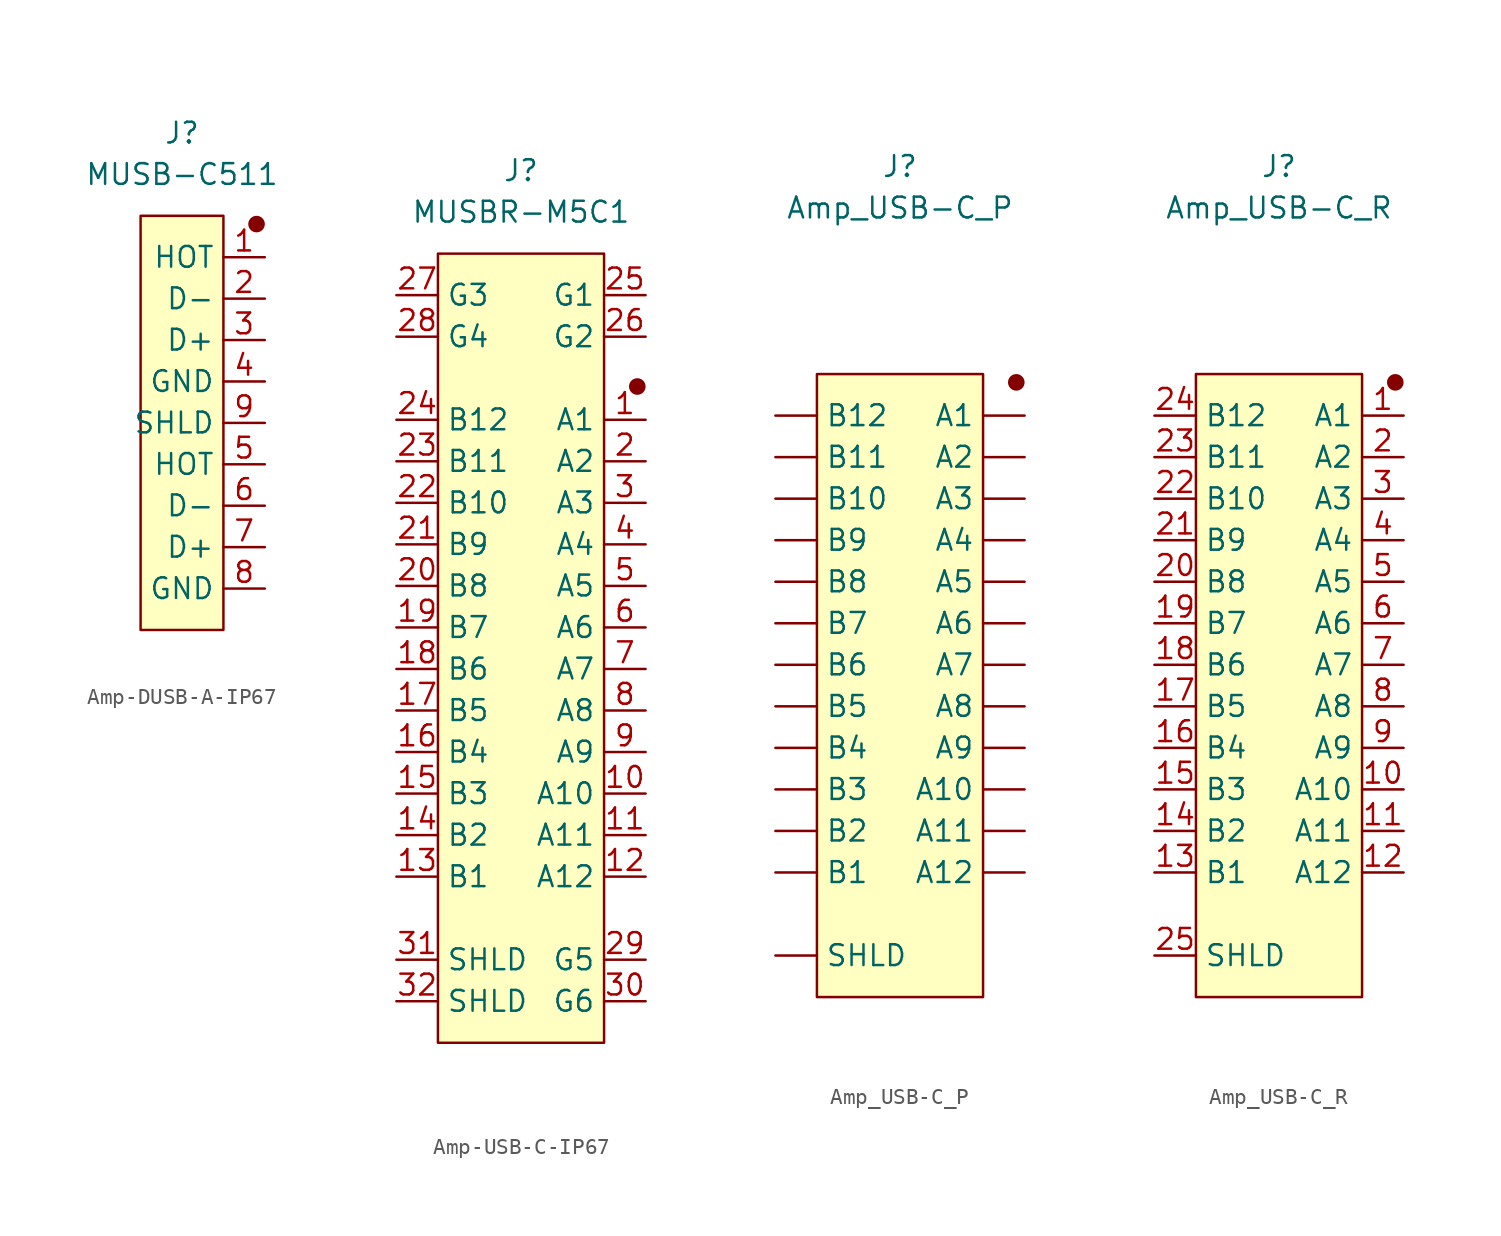
<source format=kicad_sym>
(kicad_symbol_lib
  (version 20220914)
  (generator kicad_symbol_editor)
  (symbol "Amp-DUSB-A-IP67"
    (property "Reference" "J"
      (at 0 7.62 0)
      (effects (font (size 1.27 1.27))))
    (property "Value" "MUSB-C511"
      (at 0 5.08 0)
      (effects (font (size 1.27 1.27))))
    (symbol "Amp-DUSB-A-IP67_1_1"
      (rectangle (start -2.54 2.54) (end 2.54 -22.86) (stroke (width 0) (type default)) (fill (type background)))
      (circle (center 4.572 2.032) (radius 0.254) (stroke (width 0.508) (type default)) (fill (type none)))
      (pin passive line (at 5.08 0 180) (length 2.54) (name "HOT" (effects (font (size 1.27 1.27)))) (number "1" (effects (font (size 1.27 1.27)))))
      (pin passive line (at 5.08 -2.54 180) (length 2.54) (name "D-" (effects (font (size 1.27 1.27)))) (number "2" (effects (font (size 1.27 1.27)))))
      (pin passive line (at 5.08 -5.08 180) (length 2.54) (name "D+" (effects (font (size 1.27 1.27)))) (number "3" (effects (font (size 1.27 1.27)))))
      (pin passive line (at 5.08 -7.62 180) (length 2.54) (name "GND" (effects (font (size 1.27 1.27)))) (number "4" (effects (font (size 1.27 1.27)))))
      (pin passive line (at 5.08 -12.7 180) (length 2.54) (name "HOT" (effects (font (size 1.27 1.27)))) (number "5" (effects (font (size 1.27 1.27)))))
      (pin passive line (at 5.08 -15.24 180) (length 2.54) (name "D-" (effects (font (size 1.27 1.27)))) (number "6" (effects (font (size 1.27 1.27)))))
      (pin passive line (at 5.08 -17.78 180) (length 2.54) (name "D+" (effects (font (size 1.27 1.27)))) (number "7" (effects (font (size 1.27 1.27)))))
      (pin passive line (at 5.08 -20.32 180) (length 2.54) (name "GND" (effects (font (size 1.27 1.27)))) (number "8" (effects (font (size 1.27 1.27)))))
      (pin passive line (at 5.08 -10.16 180) (length 2.54) (name "SHLD" (effects (font (size 1.27 1.27)))) (number "9" (effects (font (size 1.27 1.27)))))))
  (symbol "Amp-USB-C-IP67"
    (property "Reference" "J"
      (at 0 7.62 0)
      (effects (font (size 1.27 1.27))))
    (property "Value" "MUSBR-M5C1"
      (at 0 5.08 0)
      (effects (font (size 1.27 1.27))))
    (symbol "Amp-USB-C-IP67_1_1"
      (rectangle (start -5.08 2.54) (end 5.08 -45.72) (stroke (width 0) (type default)) (fill (type background)))
      (circle (center 7.112 -5.588) (radius 0.254) (stroke (width 0.508) (type default)) (fill (type none)))
      (pin passive line (at 7.62 -7.62 180) (length 2.54) (name "A1" (effects (font (size 1.27 1.27)))) (number "1" (effects (font (size 1.27 1.27)))))
      (pin passive line (at 7.62 -30.48 180) (length 2.54) (name "A10" (effects (font (size 1.27 1.27)))) (number "10" (effects (font (size 1.27 1.27)))))
      (pin passive line (at 7.62 -33.02 180) (length 2.54) (name "A11" (effects (font (size 1.27 1.27)))) (number "11" (effects (font (size 1.27 1.27)))))
      (pin passive line (at 7.62 -35.56 180) (length 2.54) (name "A12" (effects (font (size 1.27 1.27)))) (number "12" (effects (font (size 1.27 1.27)))))
      (pin passive line (at -7.62 -35.56 0) (length 2.54) (name "B1" (effects (font (size 1.27 1.27)))) (number "13" (effects (font (size 1.27 1.27)))))
      (pin passive line (at -7.62 -33.02 0) (length 2.54) (name "B2" (effects (font (size 1.27 1.27)))) (number "14" (effects (font (size 1.27 1.27)))))
      (pin passive line (at -7.62 -30.48 0) (length 2.54) (name "B3" (effects (font (size 1.27 1.27)))) (number "15" (effects (font (size 1.27 1.27)))))
      (pin passive line (at -7.62 -27.94 0) (length 2.54) (name "B4" (effects (font (size 1.27 1.27)))) (number "16" (effects (font (size 1.27 1.27)))))
      (pin passive line (at -7.62 -25.4 0) (length 2.54) (name "B5" (effects (font (size 1.27 1.27)))) (number "17" (effects (font (size 1.27 1.27)))))
      (pin passive line (at -7.62 -22.86 0) (length 2.54) (name "B6" (effects (font (size 1.27 1.27)))) (number "18" (effects (font (size 1.27 1.27)))))
      (pin passive line (at -7.62 -20.32 0) (length 2.54) (name "B7" (effects (font (size 1.27 1.27)))) (number "19" (effects (font (size 1.27 1.27)))))
      (pin passive line (at 7.62 -10.16 180) (length 2.54) (name "A2" (effects (font (size 1.27 1.27)))) (number "2" (effects (font (size 1.27 1.27)))))
      (pin passive line (at -7.62 -17.78 0) (length 2.54) (name "B8" (effects (font (size 1.27 1.27)))) (number "20" (effects (font (size 1.27 1.27)))))
      (pin passive line (at -7.62 -15.24 0) (length 2.54) (name "B9" (effects (font (size 1.27 1.27)))) (number "21" (effects (font (size 1.27 1.27)))))
      (pin passive line (at -7.62 -12.7 0) (length 2.54) (name "B10" (effects (font (size 1.27 1.27)))) (number "22" (effects (font (size 1.27 1.27)))))
      (pin passive line (at -7.62 -10.16 0) (length 2.54) (name "B11" (effects (font (size 1.27 1.27)))) (number "23" (effects (font (size 1.27 1.27)))))
      (pin passive line (at -7.62 -7.62 0) (length 2.54) (name "B12" (effects (font (size 1.27 1.27)))) (number "24" (effects (font (size 1.27 1.27)))))
      (pin passive line (at 7.62 0 180) (length 2.54) (name "G1" (effects (font (size 1.27 1.27)))) (number "25" (effects (font (size 1.27 1.27)))))
      (pin passive line (at 7.62 -2.54 180) (length 2.54) (name "G2" (effects (font (size 1.27 1.27)))) (number "26" (effects (font (size 1.27 1.27)))))
      (pin passive line (at -7.62 0 0) (length 2.54) (name "G3" (effects (font (size 1.27 1.27)))) (number "27" (effects (font (size 1.27 1.27)))))
      (pin passive line (at -7.62 -2.54 0) (length 2.54) (name "G4" (effects (font (size 1.27 1.27)))) (number "28" (effects (font (size 1.27 1.27)))))
      (pin passive line (at 7.62 -40.64 180) (length 2.54) (name "G5" (effects (font (size 1.27 1.27)))) (number "29" (effects (font (size 1.27 1.27)))))
      (pin passive line (at 7.62 -12.7 180) (length 2.54) (name "A3" (effects (font (size 1.27 1.27)))) (number "3" (effects (font (size 1.27 1.27)))))
      (pin passive line (at 7.62 -43.18 180) (length 2.54) (name "G6" (effects (font (size 1.27 1.27)))) (number "30" (effects (font (size 1.27 1.27)))))
      (pin passive line (at -7.62 -40.64 0) (length 2.54) (name "SHLD" (effects (font (size 1.27 1.27)))) (number "31" (effects (font (size 1.27 1.27)))))
      (pin passive line (at -7.62 -43.18 0) (length 2.54) (name "SHLD" (effects (font (size 1.27 1.27)))) (number "32" (effects (font (size 1.27 1.27)))))
      (pin passive line (at 7.62 -15.24 180) (length 2.54) (name "A4" (effects (font (size 1.27 1.27)))) (number "4" (effects (font (size 1.27 1.27)))))
      (pin passive line (at 7.62 -17.78 180) (length 2.54) (name "A5" (effects (font (size 1.27 1.27)))) (number "5" (effects (font (size 1.27 1.27)))))
      (pin passive line (at 7.62 -20.32 180) (length 2.54) (name "A6" (effects (font (size 1.27 1.27)))) (number "6" (effects (font (size 1.27 1.27)))))
      (pin passive line (at 7.62 -22.86 180) (length 2.54) (name "A7" (effects (font (size 1.27 1.27)))) (number "7" (effects (font (size 1.27 1.27)))))
      (pin passive line (at 7.62 -25.4 180) (length 2.54) (name "A8" (effects (font (size 1.27 1.27)))) (number "8" (effects (font (size 1.27 1.27)))))
      (pin passive line (at 7.62 -27.94 180) (length 2.54) (name "A9" (effects (font (size 1.27 1.27)))) (number "9" (effects (font (size 1.27 1.27)))))))
  (symbol "Amp_USB-C_P"
    (pin_numbers hide)
    (property "Reference" "J"
      (at 0 7.62 0)
      (effects (font (size 1.27 1.27))))
    (property "Value" "Amp_USB-C_P"
      (at 0 5.08 0)
      (effects (font (size 1.27 1.27))))
    (symbol "Amp_USB-C_P_1_1"
      (rectangle (start -5.08 -5.08) (end 5.08 -43.18) (stroke (width 0) (type default)) (fill (type background)))
      (circle (center 7.112 -5.588) (radius 0.254) (stroke (width 0.508) (type default)) (fill (type none)))
      (pin passive line (at 7.62 -7.62 180) (length 2.54) (name "A1" (effects (font (size 1.27 1.27)))) (number "A1" (effects (font (size 1.27 1.27)))))
      (pin passive line (at 7.62 -30.48 180) (length 2.54) (name "A10" (effects (font (size 1.27 1.27)))) (number "A10" (effects (font (size 1.27 1.27)))))
      (pin passive line (at 7.62 -33.02 180) (length 2.54) (name "A11" (effects (font (size 1.27 1.27)))) (number "A11" (effects (font (size 1.27 1.27)))))
      (pin passive line (at 7.62 -35.56 180) (length 2.54) (name "A12" (effects (font (size 1.27 1.27)))) (number "A12" (effects (font (size 1.27 1.27)))))
      (pin passive line (at 7.62 -10.16 180) (length 2.54) (name "A2" (effects (font (size 1.27 1.27)))) (number "A2" (effects (font (size 1.27 1.27)))))
      (pin passive line (at 7.62 -12.7 180) (length 2.54) (name "A3" (effects (font (size 1.27 1.27)))) (number "A3" (effects (font (size 1.27 1.27)))))
      (pin passive line (at 7.62 -15.24 180) (length 2.54) (name "A4" (effects (font (size 1.27 1.27)))) (number "A4" (effects (font (size 1.27 1.27)))))
      (pin passive line (at 7.62 -17.78 180) (length 2.54) (name "A5" (effects (font (size 1.27 1.27)))) (number "A5" (effects (font (size 1.27 1.27)))))
      (pin passive line (at 7.62 -20.32 180) (length 2.54) (name "A6" (effects (font (size 1.27 1.27)))) (number "A6" (effects (font (size 1.27 1.27)))))
      (pin passive line (at 7.62 -22.86 180) (length 2.54) (name "A7" (effects (font (size 1.27 1.27)))) (number "A7" (effects (font (size 1.27 1.27)))))
      (pin passive line (at 7.62 -25.4 180) (length 2.54) (name "A8" (effects (font (size 1.27 1.27)))) (number "A8" (effects (font (size 1.27 1.27)))))
      (pin passive line (at 7.62 -27.94 180) (length 2.54) (name "A9" (effects (font (size 1.27 1.27)))) (number "A9" (effects (font (size 1.27 1.27)))))
      (pin passive line (at -7.62 -35.56 0) (length 2.54) (name "B1" (effects (font (size 1.27 1.27)))) (number "B1" (effects (font (size 1.27 1.27)))))
      (pin passive line (at -7.62 -12.7 0) (length 2.54) (name "B10" (effects (font (size 1.27 1.27)))) (number "B10" (effects (font (size 1.27 1.27)))))
      (pin passive line (at -7.62 -10.16 0) (length 2.54) (name "B11" (effects (font (size 1.27 1.27)))) (number "B11" (effects (font (size 1.27 1.27)))))
      (pin passive line (at -7.62 -7.62 0) (length 2.54) (name "B12" (effects (font (size 1.27 1.27)))) (number "B12" (effects (font (size 1.27 1.27)))))
      (pin passive line (at -7.62 -33.02 0) (length 2.54) (name "B2" (effects (font (size 1.27 1.27)))) (number "B2" (effects (font (size 1.27 1.27)))))
      (pin passive line (at -7.62 -30.48 0) (length 2.54) (name "B3" (effects (font (size 1.27 1.27)))) (number "B3" (effects (font (size 1.27 1.27)))))
      (pin passive line (at -7.62 -27.94 0) (length 2.54) (name "B4" (effects (font (size 1.27 1.27)))) (number "B4" (effects (font (size 1.27 1.27)))))
      (pin passive line (at -7.62 -25.4 0) (length 2.54) (name "B5" (effects (font (size 1.27 1.27)))) (number "B5" (effects (font (size 1.27 1.27)))))
      (pin passive line (at -7.62 -22.86 0) (length 2.54) (name "B6" (effects (font (size 1.27 1.27)))) (number "B6" (effects (font (size 1.27 1.27)))))
      (pin passive line (at -7.62 -20.32 0) (length 2.54) (name "B7" (effects (font (size 1.27 1.27)))) (number "B7" (effects (font (size 1.27 1.27)))))
      (pin passive line (at -7.62 -17.78 0) (length 2.54) (name "B8" (effects (font (size 1.27 1.27)))) (number "B8" (effects (font (size 1.27 1.27)))))
      (pin passive line (at -7.62 -15.24 0) (length 2.54) (name "B9" (effects (font (size 1.27 1.27)))) (number "B9" (effects (font (size 1.27 1.27)))))
      (pin passive line (at -7.62 -40.64 0) (length 2.54) (name "SHLD" (effects (font (size 1.27 1.27)))) (number "SH1" (effects (font (size 1.27 1.27)))))))
  (symbol "Amp_USB-C_R"
    (property "Reference" "J"
      (at 0 7.62 0)
      (effects (font (size 1.27 1.27))))
    (property "Value" "Amp_USB-C_R"
      (at 0 5.08 0)
      (effects (font (size 1.27 1.27))))
    (symbol "Amp_USB-C_R_1_1"
      (rectangle (start -5.08 -5.08) (end 5.08 -43.18) (stroke (width 0) (type default)) (fill (type background)))
      (circle (center 7.112 -5.588) (radius 0.254) (stroke (width 0.508) (type default)) (fill (type none)))
      (pin passive line (at 7.62 -7.62 180) (length 2.54) (name "A1" (effects (font (size 1.27 1.27)))) (number "1" (effects (font (size 1.27 1.27)))))
      (pin passive line (at 7.62 -30.48 180) (length 2.54) (name "A10" (effects (font (size 1.27 1.27)))) (number "10" (effects (font (size 1.27 1.27)))))
      (pin passive line (at 7.62 -33.02 180) (length 2.54) (name "A11" (effects (font (size 1.27 1.27)))) (number "11" (effects (font (size 1.27 1.27)))))
      (pin passive line (at 7.62 -35.56 180) (length 2.54) (name "A12" (effects (font (size 1.27 1.27)))) (number "12" (effects (font (size 1.27 1.27)))))
      (pin passive line (at -7.62 -35.56 0) (length 2.54) (name "B1" (effects (font (size 1.27 1.27)))) (number "13" (effects (font (size 1.27 1.27)))))
      (pin passive line (at -7.62 -33.02 0) (length 2.54) (name "B2" (effects (font (size 1.27 1.27)))) (number "14" (effects (font (size 1.27 1.27)))))
      (pin passive line (at -7.62 -30.48 0) (length 2.54) (name "B3" (effects (font (size 1.27 1.27)))) (number "15" (effects (font (size 1.27 1.27)))))
      (pin passive line (at -7.62 -27.94 0) (length 2.54) (name "B4" (effects (font (size 1.27 1.27)))) (number "16" (effects (font (size 1.27 1.27)))))
      (pin passive line (at -7.62 -25.4 0) (length 2.54) (name "B5" (effects (font (size 1.27 1.27)))) (number "17" (effects (font (size 1.27 1.27)))))
      (pin passive line (at -7.62 -22.86 0) (length 2.54) (name "B6" (effects (font (size 1.27 1.27)))) (number "18" (effects (font (size 1.27 1.27)))))
      (pin passive line (at -7.62 -20.32 0) (length 2.54) (name "B7" (effects (font (size 1.27 1.27)))) (number "19" (effects (font (size 1.27 1.27)))))
      (pin passive line (at 7.62 -10.16 180) (length 2.54) (name "A2" (effects (font (size 1.27 1.27)))) (number "2" (effects (font (size 1.27 1.27)))))
      (pin passive line (at -7.62 -17.78 0) (length 2.54) (name "B8" (effects (font (size 1.27 1.27)))) (number "20" (effects (font (size 1.27 1.27)))))
      (pin passive line (at -7.62 -15.24 0) (length 2.54) (name "B9" (effects (font (size 1.27 1.27)))) (number "21" (effects (font (size 1.27 1.27)))))
      (pin passive line (at -7.62 -12.7 0) (length 2.54) (name "B10" (effects (font (size 1.27 1.27)))) (number "22" (effects (font (size 1.27 1.27)))))
      (pin passive line (at -7.62 -10.16 0) (length 2.54) (name "B11" (effects (font (size 1.27 1.27)))) (number "23" (effects (font (size 1.27 1.27)))))
      (pin passive line (at -7.62 -7.62 0) (length 2.54) (name "B12" (effects (font (size 1.27 1.27)))) (number "24" (effects (font (size 1.27 1.27)))))
      (pin passive line (at -7.62 -40.64 0) (length 2.54) (name "SHLD" (effects (font (size 1.27 1.27)))) (number "25" (effects (font (size 1.27 1.27)))))
      (pin passive line (at 7.62 -12.7 180) (length 2.54) (name "A3" (effects (font (size 1.27 1.27)))) (number "3" (effects (font (size 1.27 1.27)))))
      (pin passive line (at 7.62 -15.24 180) (length 2.54) (name "A4" (effects (font (size 1.27 1.27)))) (number "4" (effects (font (size 1.27 1.27)))))
      (pin passive line (at 7.62 -17.78 180) (length 2.54) (name "A5" (effects (font (size 1.27 1.27)))) (number "5" (effects (font (size 1.27 1.27)))))
      (pin passive line (at 7.62 -20.32 180) (length 2.54) (name "A6" (effects (font (size 1.27 1.27)))) (number "6" (effects (font (size 1.27 1.27)))))
      (pin passive line (at 7.62 -22.86 180) (length 2.54) (name "A7" (effects (font (size 1.27 1.27)))) (number "7" (effects (font (size 1.27 1.27)))))
      (pin passive line (at 7.62 -25.4 180) (length 2.54) (name "A8" (effects (font (size 1.27 1.27)))) (number "8" (effects (font (size 1.27 1.27)))))
      (pin passive line (at 7.62 -27.94 180) (length 2.54) (name "A9" (effects (font (size 1.27 1.27)))) (number "9" (effects (font (size 1.27 1.27))))))))
</source>
